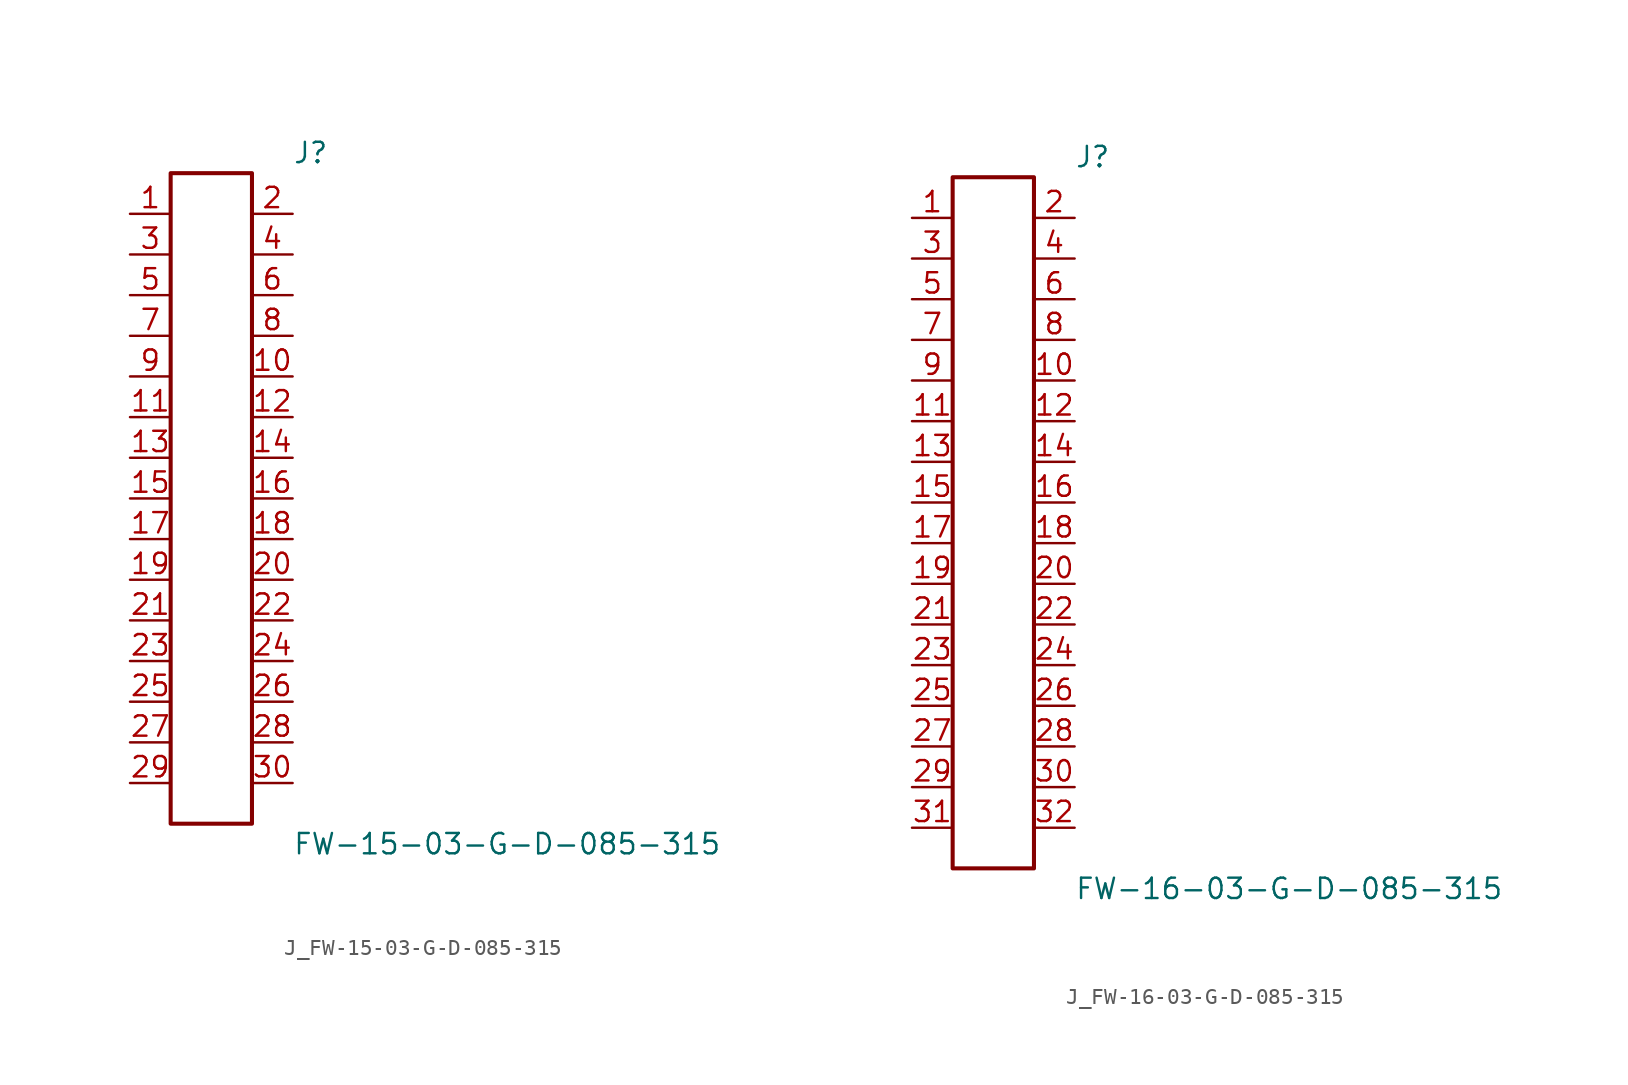
<source format=kicad_sym>
(kicad_symbol_lib
  (version 20231120)
  (generator kicad_symbol_editor)
  (generator_version 8.0)
  (symbol "J_FW-15-03-G-D-085-315"
    (pin_names
      (offset 0.254))
    (property "Reference" "J"
      (at 5.08 21.59 0)
      (effects (font (size 1.27 1.27)) (justify left)))
    (property "Value" "FW-15-03-G-D-085-315"
      (at 5.08 -21.59 0)
      (effects (font (size 1.27 1.27)) (justify left)))
    (symbol "J_FW-15-03-G-D-085-315_0_0"
      (pin unspecified line (at -5.08 17.78 0) (length 2.54) (name "" (effects (font (size 1.27 1.27)))) (number "1" (effects (font (size 1.27 1.27)))))
      (pin unspecified line (at 5.08 17.78 180) (length 2.54) (name "" (effects (font (size 1.27 1.27)))) (number "2" (effects (font (size 1.27 1.27)))))
      (pin unspecified line (at -5.08 15.24 0) (length 2.54) (name "" (effects (font (size 1.27 1.27)))) (number "3" (effects (font (size 1.27 1.27)))))
      (pin unspecified line (at 5.08 15.24 180) (length 2.54) (name "" (effects (font (size 1.27 1.27)))) (number "4" (effects (font (size 1.27 1.27)))))
      (pin unspecified line (at -5.08 12.7 0) (length 2.54) (name "" (effects (font (size 1.27 1.27)))) (number "5" (effects (font (size 1.27 1.27)))))
      (pin unspecified line (at 5.08 12.7 180) (length 2.54) (name "" (effects (font (size 1.27 1.27)))) (number "6" (effects (font (size 1.27 1.27)))))
      (pin unspecified line (at -5.08 10.16 0) (length 2.54) (name "" (effects (font (size 1.27 1.27)))) (number "7" (effects (font (size 1.27 1.27)))))
      (pin unspecified line (at 5.08 10.16 180) (length 2.54) (name "" (effects (font (size 1.27 1.27)))) (number "8" (effects (font (size 1.27 1.27)))))
      (pin unspecified line (at -5.08 7.62 0) (length 2.54) (name "" (effects (font (size 1.27 1.27)))) (number "9" (effects (font (size 1.27 1.27)))))
      (pin unspecified line (at 5.08 7.62 180) (length 2.54) (name "" (effects (font (size 1.27 1.27)))) (number "10" (effects (font (size 1.27 1.27)))))
      (pin unspecified line (at -5.08 5.08 0) (length 2.54) (name "" (effects (font (size 1.27 1.27)))) (number "11" (effects (font (size 1.27 1.27)))))
      (pin unspecified line (at 5.08 5.08 180) (length 2.54) (name "" (effects (font (size 1.27 1.27)))) (number "12" (effects (font (size 1.27 1.27)))))
      (pin unspecified line (at -5.08 2.54 0) (length 2.54) (name "" (effects (font (size 1.27 1.27)))) (number "13" (effects (font (size 1.27 1.27)))))
      (pin unspecified line (at 5.08 2.54 180) (length 2.54) (name "" (effects (font (size 1.27 1.27)))) (number "14" (effects (font (size 1.27 1.27)))))
      (pin unspecified line (at -5.08 0.0 0) (length 2.54) (name "" (effects (font (size 1.27 1.27)))) (number "15" (effects (font (size 1.27 1.27)))))
      (pin unspecified line (at 5.08 0.0 180) (length 2.54) (name "" (effects (font (size 1.27 1.27)))) (number "16" (effects (font (size 1.27 1.27)))))
      (pin unspecified line (at -5.08 -2.54 0) (length 2.54) (name "" (effects (font (size 1.27 1.27)))) (number "17" (effects (font (size 1.27 1.27)))))
      (pin unspecified line (at 5.08 -2.54 180) (length 2.54) (name "" (effects (font (size 1.27 1.27)))) (number "18" (effects (font (size 1.27 1.27)))))
      (pin unspecified line (at -5.08 -5.08 0) (length 2.54) (name "" (effects (font (size 1.27 1.27)))) (number "19" (effects (font (size 1.27 1.27)))))
      (pin unspecified line (at 5.08 -5.08 180) (length 2.54) (name "" (effects (font (size 1.27 1.27)))) (number "20" (effects (font (size 1.27 1.27)))))
      (pin unspecified line (at -5.08 -7.62 0) (length 2.54) (name "" (effects (font (size 1.27 1.27)))) (number "21" (effects (font (size 1.27 1.27)))))
      (pin unspecified line (at 5.08 -7.62 180) (length 2.54) (name "" (effects (font (size 1.27 1.27)))) (number "22" (effects (font (size 1.27 1.27)))))
      (pin unspecified line (at -5.08 -10.16 0) (length 2.54) (name "" (effects (font (size 1.27 1.27)))) (number "23" (effects (font (size 1.27 1.27)))))
      (pin unspecified line (at 5.08 -10.16 180) (length 2.54) (name "" (effects (font (size 1.27 1.27)))) (number "24" (effects (font (size 1.27 1.27)))))
      (pin unspecified line (at -5.08 -12.7 0) (length 2.54) (name "" (effects (font (size 1.27 1.27)))) (number "25" (effects (font (size 1.27 1.27)))))
      (pin unspecified line (at 5.08 -12.7 180) (length 2.54) (name "" (effects (font (size 1.27 1.27)))) (number "26" (effects (font (size 1.27 1.27)))))
      (pin unspecified line (at -5.08 -15.24 0) (length 2.54) (name "" (effects (font (size 1.27 1.27)))) (number "27" (effects (font (size 1.27 1.27)))))
      (pin unspecified line (at 5.08 -15.24 180) (length 2.54) (name "" (effects (font (size 1.27 1.27)))) (number "28" (effects (font (size 1.27 1.27)))))
      (pin unspecified line (at -5.08 -17.78 0) (length 2.54) (name "" (effects (font (size 1.27 1.27)))) (number "29" (effects (font (size 1.27 1.27)))))
      (pin unspecified line (at 5.08 -17.78 180) (length 2.54) (name "" (effects (font (size 1.27 1.27)))) (number "30" (effects (font (size 1.27 1.27))))))
    (symbol "J_FW-15-03-G-D-085-315_1_0"
      (rectangle (start -2.54 20.32) (end 2.54 -20.32) (stroke (width 0.254) (type solid)) (fill (type none)))))
  (symbol "J_FW-16-03-G-D-085-315"
    (pin_names
      (offset 0.254))
    (property "Reference" "J"
      (at 5.08 22.86 0)
      (effects (font (size 1.27 1.27)) (justify left)))
    (property "Value" "FW-16-03-G-D-085-315"
      (at 5.08 -22.86 0)
      (effects (font (size 1.27 1.27)) (justify left)))
    (symbol "J_FW-16-03-G-D-085-315_0_0"
      (pin unspecified line (at -5.08 19.05 0) (length 2.54) (name "" (effects (font (size 1.27 1.27)))) (number "1" (effects (font (size 1.27 1.27)))))
      (pin unspecified line (at 5.08 19.05 180) (length 2.54) (name "" (effects (font (size 1.27 1.27)))) (number "2" (effects (font (size 1.27 1.27)))))
      (pin unspecified line (at -5.08 16.51 0) (length 2.54) (name "" (effects (font (size 1.27 1.27)))) (number "3" (effects (font (size 1.27 1.27)))))
      (pin unspecified line (at 5.08 16.51 180) (length 2.54) (name "" (effects (font (size 1.27 1.27)))) (number "4" (effects (font (size 1.27 1.27)))))
      (pin unspecified line (at -5.08 13.97 0) (length 2.54) (name "" (effects (font (size 1.27 1.27)))) (number "5" (effects (font (size 1.27 1.27)))))
      (pin unspecified line (at 5.08 13.97 180) (length 2.54) (name "" (effects (font (size 1.27 1.27)))) (number "6" (effects (font (size 1.27 1.27)))))
      (pin unspecified line (at -5.08 11.43 0) (length 2.54) (name "" (effects (font (size 1.27 1.27)))) (number "7" (effects (font (size 1.27 1.27)))))
      (pin unspecified line (at 5.08 11.43 180) (length 2.54) (name "" (effects (font (size 1.27 1.27)))) (number "8" (effects (font (size 1.27 1.27)))))
      (pin unspecified line (at -5.08 8.89 0) (length 2.54) (name "" (effects (font (size 1.27 1.27)))) (number "9" (effects (font (size 1.27 1.27)))))
      (pin unspecified line (at 5.08 8.89 180) (length 2.54) (name "" (effects (font (size 1.27 1.27)))) (number "10" (effects (font (size 1.27 1.27)))))
      (pin unspecified line (at -5.08 6.35 0) (length 2.54) (name "" (effects (font (size 1.27 1.27)))) (number "11" (effects (font (size 1.27 1.27)))))
      (pin unspecified line (at 5.08 6.35 180) (length 2.54) (name "" (effects (font (size 1.27 1.27)))) (number "12" (effects (font (size 1.27 1.27)))))
      (pin unspecified line (at -5.08 3.81 0) (length 2.54) (name "" (effects (font (size 1.27 1.27)))) (number "13" (effects (font (size 1.27 1.27)))))
      (pin unspecified line (at 5.08 3.81 180) (length 2.54) (name "" (effects (font (size 1.27 1.27)))) (number "14" (effects (font (size 1.27 1.27)))))
      (pin unspecified line (at -5.08 1.27 0) (length 2.54) (name "" (effects (font (size 1.27 1.27)))) (number "15" (effects (font (size 1.27 1.27)))))
      (pin unspecified line (at 5.08 1.27 180) (length 2.54) (name "" (effects (font (size 1.27 1.27)))) (number "16" (effects (font (size 1.27 1.27)))))
      (pin unspecified line (at -5.08 -1.27 0) (length 2.54) (name "" (effects (font (size 1.27 1.27)))) (number "17" (effects (font (size 1.27 1.27)))))
      (pin unspecified line (at 5.08 -1.27 180) (length 2.54) (name "" (effects (font (size 1.27 1.27)))) (number "18" (effects (font (size 1.27 1.27)))))
      (pin unspecified line (at -5.08 -3.81 0) (length 2.54) (name "" (effects (font (size 1.27 1.27)))) (number "19" (effects (font (size 1.27 1.27)))))
      (pin unspecified line (at 5.08 -3.81 180) (length 2.54) (name "" (effects (font (size 1.27 1.27)))) (number "20" (effects (font (size 1.27 1.27)))))
      (pin unspecified line (at -5.08 -6.35 0) (length 2.54) (name "" (effects (font (size 1.27 1.27)))) (number "21" (effects (font (size 1.27 1.27)))))
      (pin unspecified line (at 5.08 -6.35 180) (length 2.54) (name "" (effects (font (size 1.27 1.27)))) (number "22" (effects (font (size 1.27 1.27)))))
      (pin unspecified line (at -5.08 -8.89 0) (length 2.54) (name "" (effects (font (size 1.27 1.27)))) (number "23" (effects (font (size 1.27 1.27)))))
      (pin unspecified line (at 5.08 -8.89 180) (length 2.54) (name "" (effects (font (size 1.27 1.27)))) (number "24" (effects (font (size 1.27 1.27)))))
      (pin unspecified line (at -5.08 -11.43 0) (length 2.54) (name "" (effects (font (size 1.27 1.27)))) (number "25" (effects (font (size 1.27 1.27)))))
      (pin unspecified line (at 5.08 -11.43 180) (length 2.54) (name "" (effects (font (size 1.27 1.27)))) (number "26" (effects (font (size 1.27 1.27)))))
      (pin unspecified line (at -5.08 -13.97 0) (length 2.54) (name "" (effects (font (size 1.27 1.27)))) (number "27" (effects (font (size 1.27 1.27)))))
      (pin unspecified line (at 5.08 -13.97 180) (length 2.54) (name "" (effects (font (size 1.27 1.27)))) (number "28" (effects (font (size 1.27 1.27)))))
      (pin unspecified line (at -5.08 -16.51 0) (length 2.54) (name "" (effects (font (size 1.27 1.27)))) (number "29" (effects (font (size 1.27 1.27)))))
      (pin unspecified line (at 5.08 -16.51 180) (length 2.54) (name "" (effects (font (size 1.27 1.27)))) (number "30" (effects (font (size 1.27 1.27)))))
      (pin unspecified line (at -5.08 -19.05 0) (length 2.54) (name "" (effects (font (size 1.27 1.27)))) (number "31" (effects (font (size 1.27 1.27)))))
      (pin unspecified line (at 5.08 -19.05 180) (length 2.54) (name "" (effects (font (size 1.27 1.27)))) (number "32" (effects (font (size 1.27 1.27))))))
    (symbol "J_FW-16-03-G-D-085-315_1_0"
      (rectangle (start -2.54 21.59) (end 2.54 -21.59) (stroke (width 0.254) (type solid)) (fill (type none))))))
</source>
